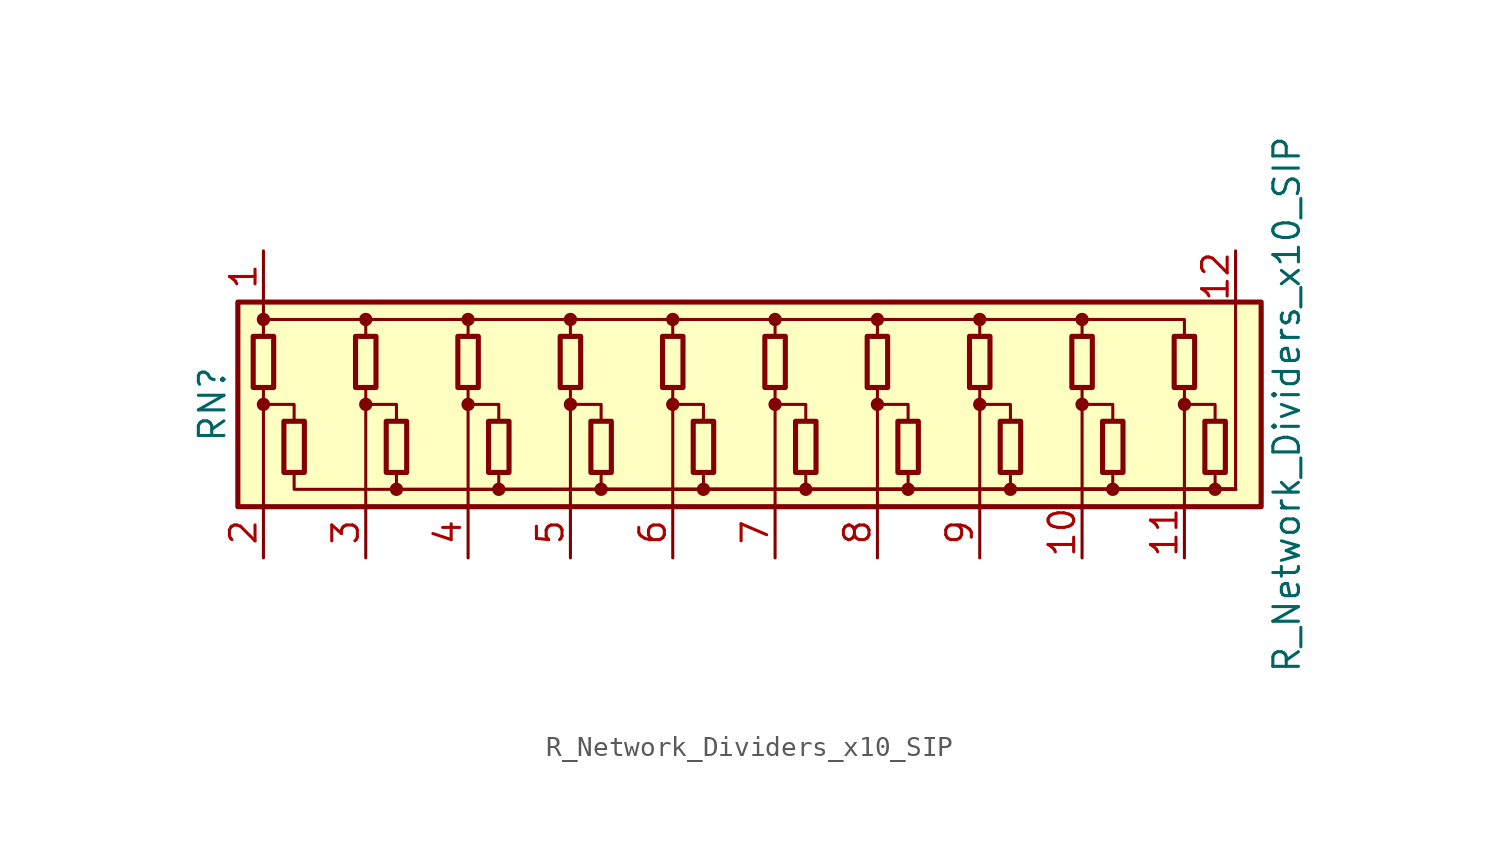
<source format=kicad_sym>
(kicad_symbol_lib
  (version 20211014)
  (generator kicad_symbol_editor)
  (symbol "R_Network_Dividers_x10_SIP"
    (pin_names
      (offset 0) hide)
    (property "Reference" "RN"
      (at -27.94 0 90)
      (effects (font (size 1.27 1.27))))
    (property "Value" "R_Network_Dividers_x10_SIP"
      (at 25.4 0 90)
      (effects (font (size 1.27 1.27))))
    (symbol "R_Network_Dividers_x10_SIP_0_1"
      (rectangle (start -26.67 -5.08) (end 24.13 5.08) (stroke (width 0.254) (type default) (color 0 0 0 0)) (fill (type background)))
      (rectangle (start -25.908 3.378) (end -24.892 0.838) (stroke (width 0.254) (type default) (color 0 0 0 0)) (fill (type none)))
      (circle (center -25.4 0) (radius 0.254) (stroke (width 0) (type default) (color 0 0 0 0)) (fill (type outline)))
      (circle (center -25.4 4.216) (radius 0.254) (stroke (width 0) (type default) (color 0 0 0 0)) (fill (type outline)))
      (rectangle (start -24.384 -3.378) (end -23.368 -0.838) (stroke (width 0.254) (type default) (color 0 0 0 0)) (fill (type none)))
      (rectangle (start -20.828 3.378) (end -19.812 0.838) (stroke (width 0.254) (type default) (color 0 0 0 0)) (fill (type none)))
      (circle (center -20.32 0) (radius 0.254) (stroke (width 0) (type default) (color 0 0 0 0)) (fill (type outline)))
      (circle (center -20.32 4.216) (radius 0.254) (stroke (width 0) (type default) (color 0 0 0 0)) (fill (type outline)))
      (rectangle (start -19.304 -3.378) (end -18.288 -0.838) (stroke (width 0.254) (type default) (color 0 0 0 0)) (fill (type none)))
      (circle (center -18.796 -4.216) (radius 0.254) (stroke (width 0) (type default) (color 0 0 0 0)) (fill (type outline)))
      (rectangle (start -15.748 3.378) (end -14.732 0.838) (stroke (width 0.254) (type default) (color 0 0 0 0)) (fill (type none)))
      (circle (center -15.24 0) (radius 0.254) (stroke (width 0) (type default) (color 0 0 0 0)) (fill (type outline)))
      (circle (center -15.24 4.216) (radius 0.254) (stroke (width 0) (type default) (color 0 0 0 0)) (fill (type outline)))
      (rectangle (start -14.224 -3.378) (end -13.208 -0.838) (stroke (width 0.254) (type default) (color 0 0 0 0)) (fill (type none)))
      (circle (center -13.716 -4.216) (radius 0.254) (stroke (width 0) (type default) (color 0 0 0 0)) (fill (type outline)))
      (rectangle (start -10.668 3.378) (end -9.652 0.838) (stroke (width 0.254) (type default) (color 0 0 0 0)) (fill (type none)))
      (circle (center -10.16 0) (radius 0.254) (stroke (width 0) (type default) (color 0 0 0 0)) (fill (type outline)))
      (circle (center -10.16 4.216) (radius 0.254) (stroke (width 0) (type default) (color 0 0 0 0)) (fill (type outline)))
      (rectangle (start -9.144 -3.378) (end -8.128 -0.838) (stroke (width 0.254) (type default) (color 0 0 0 0)) (fill (type none)))
      (circle (center -8.636 -4.216) (radius 0.254) (stroke (width 0) (type default) (color 0 0 0 0)) (fill (type outline)))
      (rectangle (start -5.588 3.378) (end -4.572 0.838) (stroke (width 0.254) (type default) (color 0 0 0 0)) (fill (type none)))
      (circle (center -5.08 0) (radius 0.254) (stroke (width 0) (type default) (color 0 0 0 0)) (fill (type outline)))
      (circle (center -5.08 4.216) (radius 0.254) (stroke (width 0) (type default) (color 0 0 0 0)) (fill (type outline)))
      (rectangle (start -4.064 -3.378) (end -3.048 -0.838) (stroke (width 0.254) (type default) (color 0 0 0 0)) (fill (type none)))
      (circle (center -3.556 -4.216) (radius 0.254) (stroke (width 0) (type default) (color 0 0 0 0)) (fill (type outline)))
      (rectangle (start -0.508 3.378) (end 0.508 0.838) (stroke (width 0.254) (type default) (color 0 0 0 0)) (fill (type none)))
      (polyline (pts (xy -25.4 -5.08) (xy -25.4 0.838)) (stroke (width 0) (type default) (color 0 0 0 0)) (fill (type none)))
      (polyline (pts (xy -25.4 5.08) (xy -25.4 3.378)) (stroke (width 0) (type default) (color 0 0 0 0)) (fill (type none)))
      (polyline (pts (xy -20.32 -5.08) (xy -20.32 0.838)) (stroke (width 0) (type default) (color 0 0 0 0)) (fill (type none)))
      (polyline (pts (xy -15.24 -5.08) (xy -15.24 0.838)) (stroke (width 0) (type default) (color 0 0 0 0)) (fill (type none)))
      (polyline (pts (xy -10.16 -5.08) (xy -10.16 0.838)) (stroke (width 0) (type default) (color 0 0 0 0)) (fill (type none)))
      (polyline (pts (xy -5.08 -5.08) (xy -5.08 0.838)) (stroke (width 0) (type default) (color 0 0 0 0)) (fill (type none)))
      (polyline (pts (xy 0 -5.08) (xy 0 0.838)) (stroke (width 0) (type default) (color 0 0 0 0)) (fill (type none)))
      (polyline (pts (xy 5.08 -5.08) (xy 5.08 0.838)) (stroke (width 0) (type default) (color 0 0 0 0)) (fill (type none)))
      (polyline (pts (xy 10.16 -5.08) (xy 10.16 0.838)) (stroke (width 0) (type default) (color 0 0 0 0)) (fill (type none)))
      (polyline (pts (xy 15.24 -5.08) (xy 15.24 0.838)) (stroke (width 0) (type default) (color 0 0 0 0)) (fill (type none)))
      (polyline (pts (xy 20.32 -5.08) (xy 20.32 0.838)) (stroke (width 0) (type default) (color 0 0 0 0)) (fill (type none)))
      (polyline (pts (xy 22.86 -4.216) (xy 22.86 5.08)) (stroke (width 0) (type default) (color 0 0 0 0)) (fill (type none)))
      (polyline (pts (xy -25.4 0) (xy -23.876 0) (xy -23.876 -0.838)) (stroke (width 0) (type default) (color 0 0 0 0)) (fill (type none)))
      (polyline (pts (xy -25.4 4.216) (xy -20.32 4.216) (xy -20.32 3.378)) (stroke (width 0) (type default) (color 0 0 0 0)) (fill (type none)))
      (polyline (pts (xy -23.876 -3.378) (xy -23.876 -4.216) (xy 22.86 -4.216)) (stroke (width 0) (type default) (color 0 0 0 0)) (fill (type none)))
      (polyline (pts (xy -20.32 0) (xy -18.796 0) (xy -18.796 -0.838)) (stroke (width 0) (type default) (color 0 0 0 0)) (fill (type none)))
      (polyline (pts (xy -20.32 4.216) (xy -15.24 4.216) (xy -15.24 3.378)) (stroke (width 0) (type default) (color 0 0 0 0)) (fill (type none)))
      (polyline (pts (xy -18.796 -3.378) (xy -18.796 -4.216) (xy 22.86 -4.216)) (stroke (width 0) (type default) (color 0 0 0 0)) (fill (type none)))
      (polyline (pts (xy -15.24 0) (xy -13.716 0) (xy -13.716 -0.838)) (stroke (width 0) (type default) (color 0 0 0 0)) (fill (type none)))
      (polyline (pts (xy -15.24 4.216) (xy -10.16 4.216) (xy -10.16 3.378)) (stroke (width 0) (type default) (color 0 0 0 0)) (fill (type none)))
      (polyline (pts (xy -13.716 -3.378) (xy -13.716 -4.216) (xy 22.86 -4.216)) (stroke (width 0) (type default) (color 0 0 0 0)) (fill (type none)))
      (polyline (pts (xy -10.16 0) (xy -8.636 0) (xy -8.636 -0.838)) (stroke (width 0) (type default) (color 0 0 0 0)) (fill (type none)))
      (polyline (pts (xy -10.16 4.216) (xy -5.08 4.216) (xy -5.08 3.378)) (stroke (width 0) (type default) (color 0 0 0 0)) (fill (type none)))
      (polyline (pts (xy -8.636 -3.378) (xy -8.636 -4.216) (xy 22.86 -4.216)) (stroke (width 0) (type default) (color 0 0 0 0)) (fill (type none)))
      (polyline (pts (xy -5.08 0) (xy -3.556 0) (xy -3.556 -0.838)) (stroke (width 0) (type default) (color 0 0 0 0)) (fill (type none)))
      (polyline (pts (xy -5.08 4.216) (xy 0 4.216) (xy 0 3.378)) (stroke (width 0) (type default) (color 0 0 0 0)) (fill (type none)))
      (polyline (pts (xy -3.556 -3.378) (xy -3.556 -4.216) (xy 22.86 -4.216)) (stroke (width 0) (type default) (color 0 0 0 0)) (fill (type none)))
      (polyline (pts (xy 0 0) (xy 1.524 0) (xy 1.524 -0.838)) (stroke (width 0) (type default) (color 0 0 0 0)) (fill (type none)))
      (polyline (pts (xy 0 4.216) (xy 5.08 4.216) (xy 5.08 3.378)) (stroke (width 0) (type default) (color 0 0 0 0)) (fill (type none)))
      (polyline (pts (xy 1.524 -3.378) (xy 1.524 -4.216) (xy 22.86 -4.216)) (stroke (width 0) (type default) (color 0 0 0 0)) (fill (type none)))
      (polyline (pts (xy 5.08 0) (xy 6.604 0) (xy 6.604 -0.838)) (stroke (width 0) (type default) (color 0 0 0 0)) (fill (type none)))
      (polyline (pts (xy 5.08 4.216) (xy 10.16 4.216) (xy 10.16 3.378)) (stroke (width 0) (type default) (color 0 0 0 0)) (fill (type none)))
      (polyline (pts (xy 6.604 -3.378) (xy 6.604 -4.216) (xy 22.86 -4.216)) (stroke (width 0) (type default) (color 0 0 0 0)) (fill (type none)))
      (polyline (pts (xy 10.16 0) (xy 11.684 0) (xy 11.684 -0.838)) (stroke (width 0) (type default) (color 0 0 0 0)) (fill (type none)))
      (polyline (pts (xy 10.16 4.216) (xy 15.24 4.216) (xy 15.24 3.378)) (stroke (width 0) (type default) (color 0 0 0 0)) (fill (type none)))
      (polyline (pts (xy 11.684 -3.378) (xy 11.684 -4.216) (xy 22.86 -4.216)) (stroke (width 0) (type default) (color 0 0 0 0)) (fill (type none)))
      (polyline (pts (xy 15.24 0) (xy 16.764 0) (xy 16.764 -0.838)) (stroke (width 0) (type default) (color 0 0 0 0)) (fill (type none)))
      (polyline (pts (xy 15.24 4.216) (xy 20.32 4.216) (xy 20.32 3.378)) (stroke (width 0) (type default) (color 0 0 0 0)) (fill (type none)))
      (polyline (pts (xy 16.764 -3.378) (xy 16.764 -4.216) (xy 22.86 -4.216)) (stroke (width 0) (type default) (color 0 0 0 0)) (fill (type none)))
      (polyline (pts (xy 20.32 0) (xy 21.844 0) (xy 21.844 -0.838)) (stroke (width 0) (type default) (color 0 0 0 0)) (fill (type none)))
      (polyline (pts (xy 21.844 -3.378) (xy 21.844 -4.216) (xy 22.86 -4.216)) (stroke (width 0) (type default) (color 0 0 0 0)) (fill (type none)))
      (circle (center 0 0) (radius 0.254) (stroke (width 0) (type default) (color 0 0 0 0)) (fill (type outline)))
      (circle (center 0 4.216) (radius 0.254) (stroke (width 0) (type default) (color 0 0 0 0)) (fill (type outline)))
      (rectangle (start 1.016 -3.378) (end 2.032 -0.838) (stroke (width 0.254) (type default) (color 0 0 0 0)) (fill (type none)))
      (circle (center 1.524 -4.216) (radius 0.254) (stroke (width 0) (type default) (color 0 0 0 0)) (fill (type outline)))
      (rectangle (start 4.572 3.378) (end 5.588 0.838) (stroke (width 0.254) (type default) (color 0 0 0 0)) (fill (type none)))
      (circle (center 5.08 0) (radius 0.254) (stroke (width 0) (type default) (color 0 0 0 0)) (fill (type outline)))
      (circle (center 5.08 4.216) (radius 0.254) (stroke (width 0) (type default) (color 0 0 0 0)) (fill (type outline)))
      (rectangle (start 6.096 -3.378) (end 7.112 -0.838) (stroke (width 0.254) (type default) (color 0 0 0 0)) (fill (type none)))
      (circle (center 6.604 -4.216) (radius 0.254) (stroke (width 0) (type default) (color 0 0 0 0)) (fill (type outline)))
      (rectangle (start 9.652 3.378) (end 10.668 0.838) (stroke (width 0.254) (type default) (color 0 0 0 0)) (fill (type none)))
      (circle (center 10.16 0) (radius 0.254) (stroke (width 0) (type default) (color 0 0 0 0)) (fill (type outline)))
      (circle (center 10.16 4.216) (radius 0.254) (stroke (width 0) (type default) (color 0 0 0 0)) (fill (type outline)))
      (rectangle (start 11.176 -3.378) (end 12.192 -0.838) (stroke (width 0.254) (type default) (color 0 0 0 0)) (fill (type none)))
      (circle (center 11.684 -4.216) (radius 0.254) (stroke (width 0) (type default) (color 0 0 0 0)) (fill (type outline)))
      (rectangle (start 14.732 3.378) (end 15.748 0.838) (stroke (width 0.254) (type default) (color 0 0 0 0)) (fill (type none)))
      (circle (center 15.24 0) (radius 0.254) (stroke (width 0) (type default) (color 0 0 0 0)) (fill (type outline)))
      (circle (center 15.24 4.216) (radius 0.254) (stroke (width 0) (type default) (color 0 0 0 0)) (fill (type outline)))
      (rectangle (start 16.256 -3.378) (end 17.272 -0.838) (stroke (width 0.254) (type default) (color 0 0 0 0)) (fill (type none)))
      (circle (center 16.764 -4.216) (radius 0.254) (stroke (width 0) (type default) (color 0 0 0 0)) (fill (type outline)))
      (rectangle (start 19.812 3.378) (end 20.828 0.838) (stroke (width 0.254) (type default) (color 0 0 0 0)) (fill (type none)))
      (circle (center 20.32 0) (radius 0.254) (stroke (width 0) (type default) (color 0 0 0 0)) (fill (type outline)))
      (rectangle (start 21.336 -3.378) (end 22.352 -0.838) (stroke (width 0.254) (type default) (color 0 0 0 0)) (fill (type none)))
      (circle (center 21.844 -4.216) (radius 0.254) (stroke (width 0) (type default) (color 0 0 0 0)) (fill (type outline))))
    (symbol "R_Network_Dividers_x10_SIP_1_1"
      (pin passive line (at -25.4 7.62 270) (length 2.54) (name "COM1" (effects (font (size 1.27 1.27)))) (number "1" (effects (font (size 1.27 1.27)))))
      (pin passive line (at 15.24 -7.62 90) (length 2.54) (name "R9" (effects (font (size 1.27 1.27)))) (number "10" (effects (font (size 1.27 1.27)))))
      (pin passive line (at 20.32 -7.62 90) (length 2.54) (name "R10" (effects (font (size 1.27 1.27)))) (number "11" (effects (font (size 1.27 1.27)))))
      (pin passive line (at 22.86 7.62 270) (length 2.54) (name "COM2" (effects (font (size 1.27 1.27)))) (number "12" (effects (font (size 1.27 1.27)))))
      (pin passive line (at -25.4 -7.62 90) (length 2.54) (name "R1" (effects (font (size 1.27 1.27)))) (number "2" (effects (font (size 1.27 1.27)))))
      (pin passive line (at -20.32 -7.62 90) (length 2.54) (name "R2" (effects (font (size 1.27 1.27)))) (number "3" (effects (font (size 1.27 1.27)))))
      (pin passive line (at -15.24 -7.62 90) (length 2.54) (name "R3" (effects (font (size 1.27 1.27)))) (number "4" (effects (font (size 1.27 1.27)))))
      (pin passive line (at -10.16 -7.62 90) (length 2.54) (name "R4" (effects (font (size 1.27 1.27)))) (number "5" (effects (font (size 1.27 1.27)))))
      (pin passive line (at -5.08 -7.62 90) (length 2.54) (name "R5" (effects (font (size 1.27 1.27)))) (number "6" (effects (font (size 1.27 1.27)))))
      (pin passive line (at 0 -7.62 90) (length 2.54) (name "R6" (effects (font (size 1.27 1.27)))) (number "7" (effects (font (size 1.27 1.27)))))
      (pin passive line (at 5.08 -7.62 90) (length 2.54) (name "R7" (effects (font (size 1.27 1.27)))) (number "8" (effects (font (size 1.27 1.27)))))
      (pin passive line (at 10.16 -7.62 90) (length 2.54) (name "R8" (effects (font (size 1.27 1.27)))) (number "9" (effects (font (size 1.27 1.27))))))))
</source>
